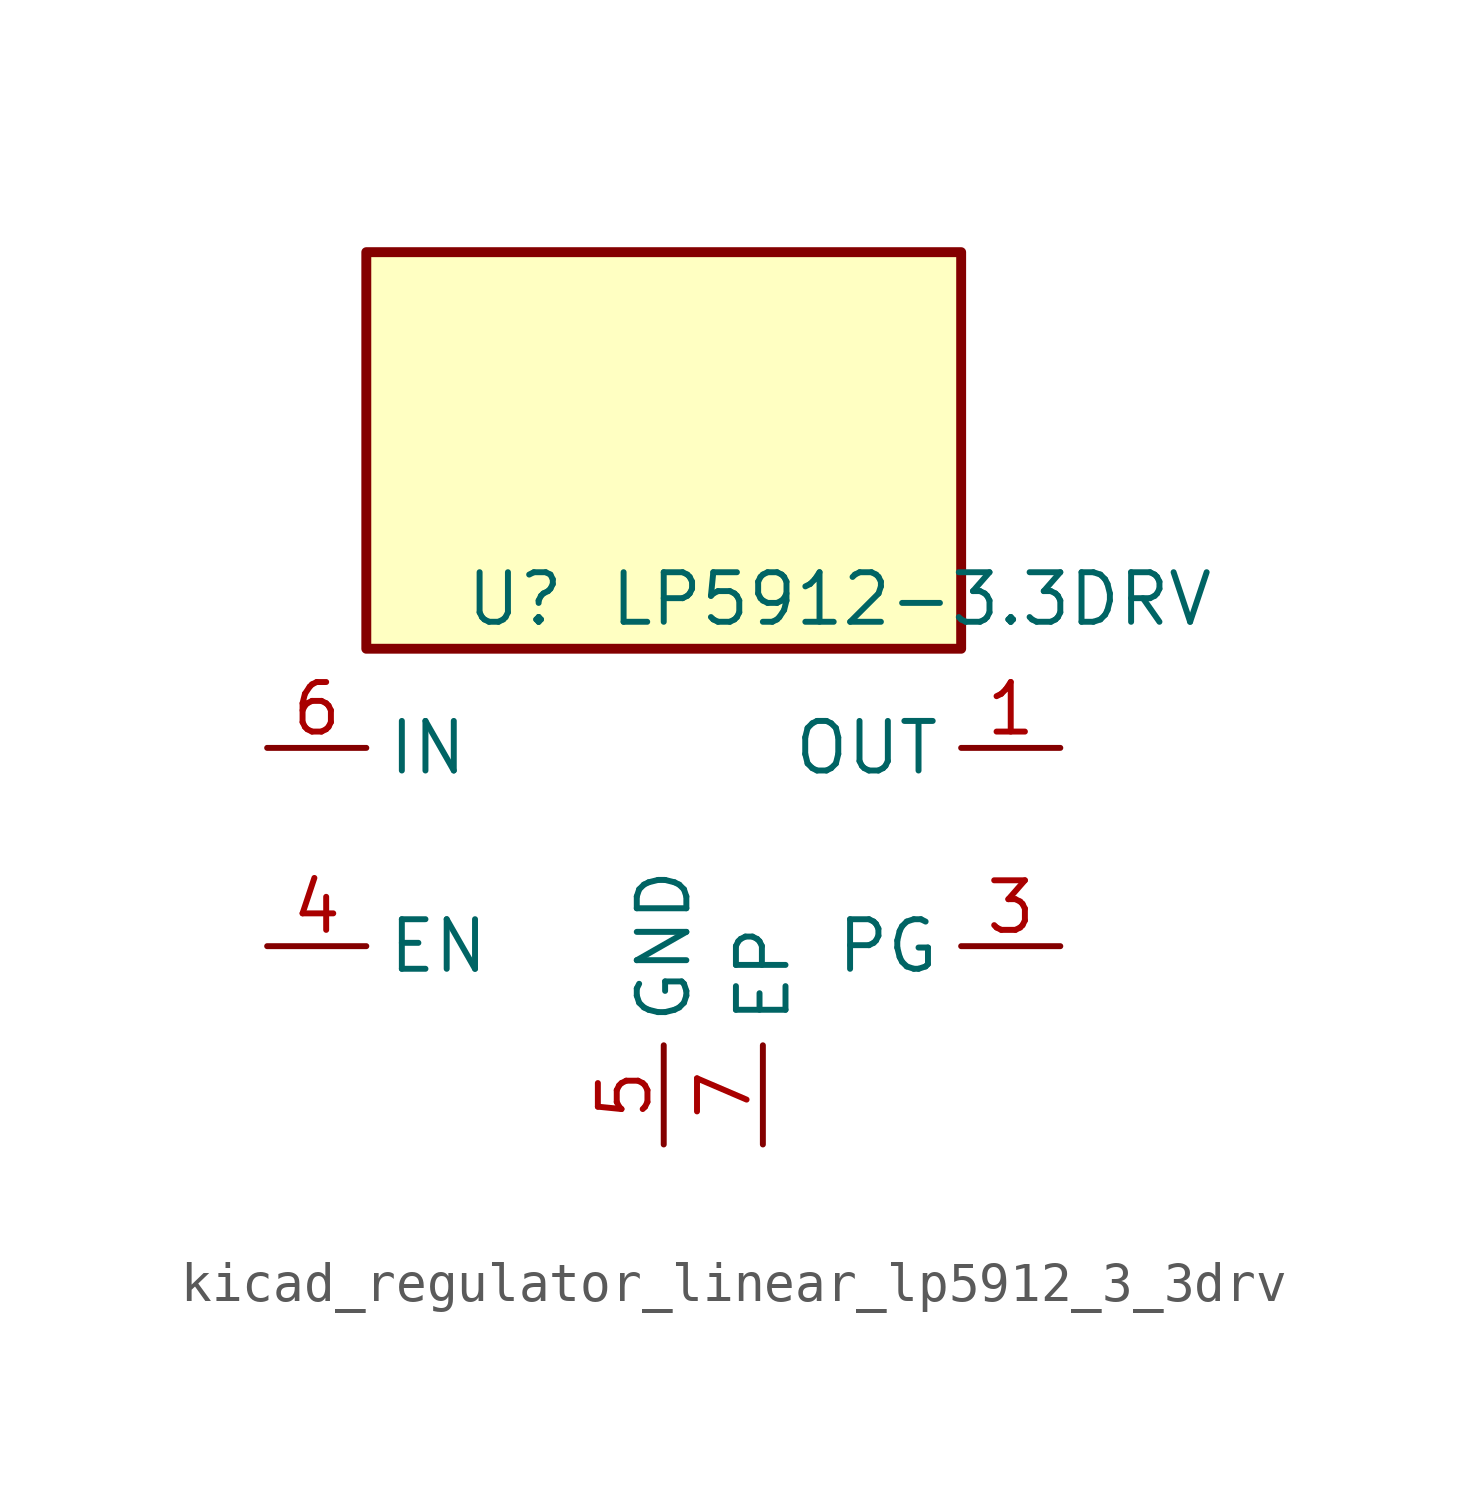
<source format=kicad_sym>
(kicad_symbol_lib
  (version 20220914)
  (generator kicad_symbol_editor)
  (symbol "kicad_regulator_linear_lp5912_3_3drv"
    (property "Reference" "U"
      (at -3.81 6.35 0)
      (effects (font (size 1.27 1.27))))
    (property "Value" "LP5912-3.3DRV"
      (at 6.35 6.35 0)
      (effects (font (size 1.27 1.27))))
    (symbol "kicad_regulator_linear_lp5912_3_3drv_0_1"
      (rectangle (start 7.62 15.24) (end -7.62 5.08) (stroke (width 0.254) (type default)) (fill (type background)))
      (pin power_out line (at 10.16 2.54 180) (length 2.54) (name "OUT" (effects (font (size 1.27 1.27)))) (number "1" (effects (font (size 1.27 1.27)))))
      (pin no_connect line (at 7.62 0 180) (length 2.54) hide (name "NC" (effects (font (size 1.27 1.27)))) (number "2" (effects (font (size 1.27 1.27)))))
      (pin input line (at -10.16 -2.54 0) (length 2.54) (name "EN" (effects (font (size 1.27 1.27)))) (number "4" (effects (font (size 1.27 1.27)))))
      (pin power_in line (at 0 -7.62 90) (length 2.54) (name "GND" (effects (font (size 1.27 1.27)))) (number "5" (effects (font (size 1.27 1.27)))))
      (pin power_in line (at -10.16 2.54 0) (length 2.54) (name "IN" (effects (font (size 1.27 1.27)))) (number "6" (effects (font (size 1.27 1.27))))))
    (symbol "kicad_regulator_linear_lp5912_3_3drv_1_1"
      (pin open_collector line (at 10.16 -2.54 180) (length 2.54) (name "PG" (effects (font (size 1.27 1.27)))) (number "3" (effects (font (size 1.27 1.27)))))
      (pin passive line (at 2.54 -7.62 90) (length 2.54) (name "EP" (effects (font (size 1.27 1.27)))) (number "7" (effects (font (size 1.27 1.27))))))))
</source>
